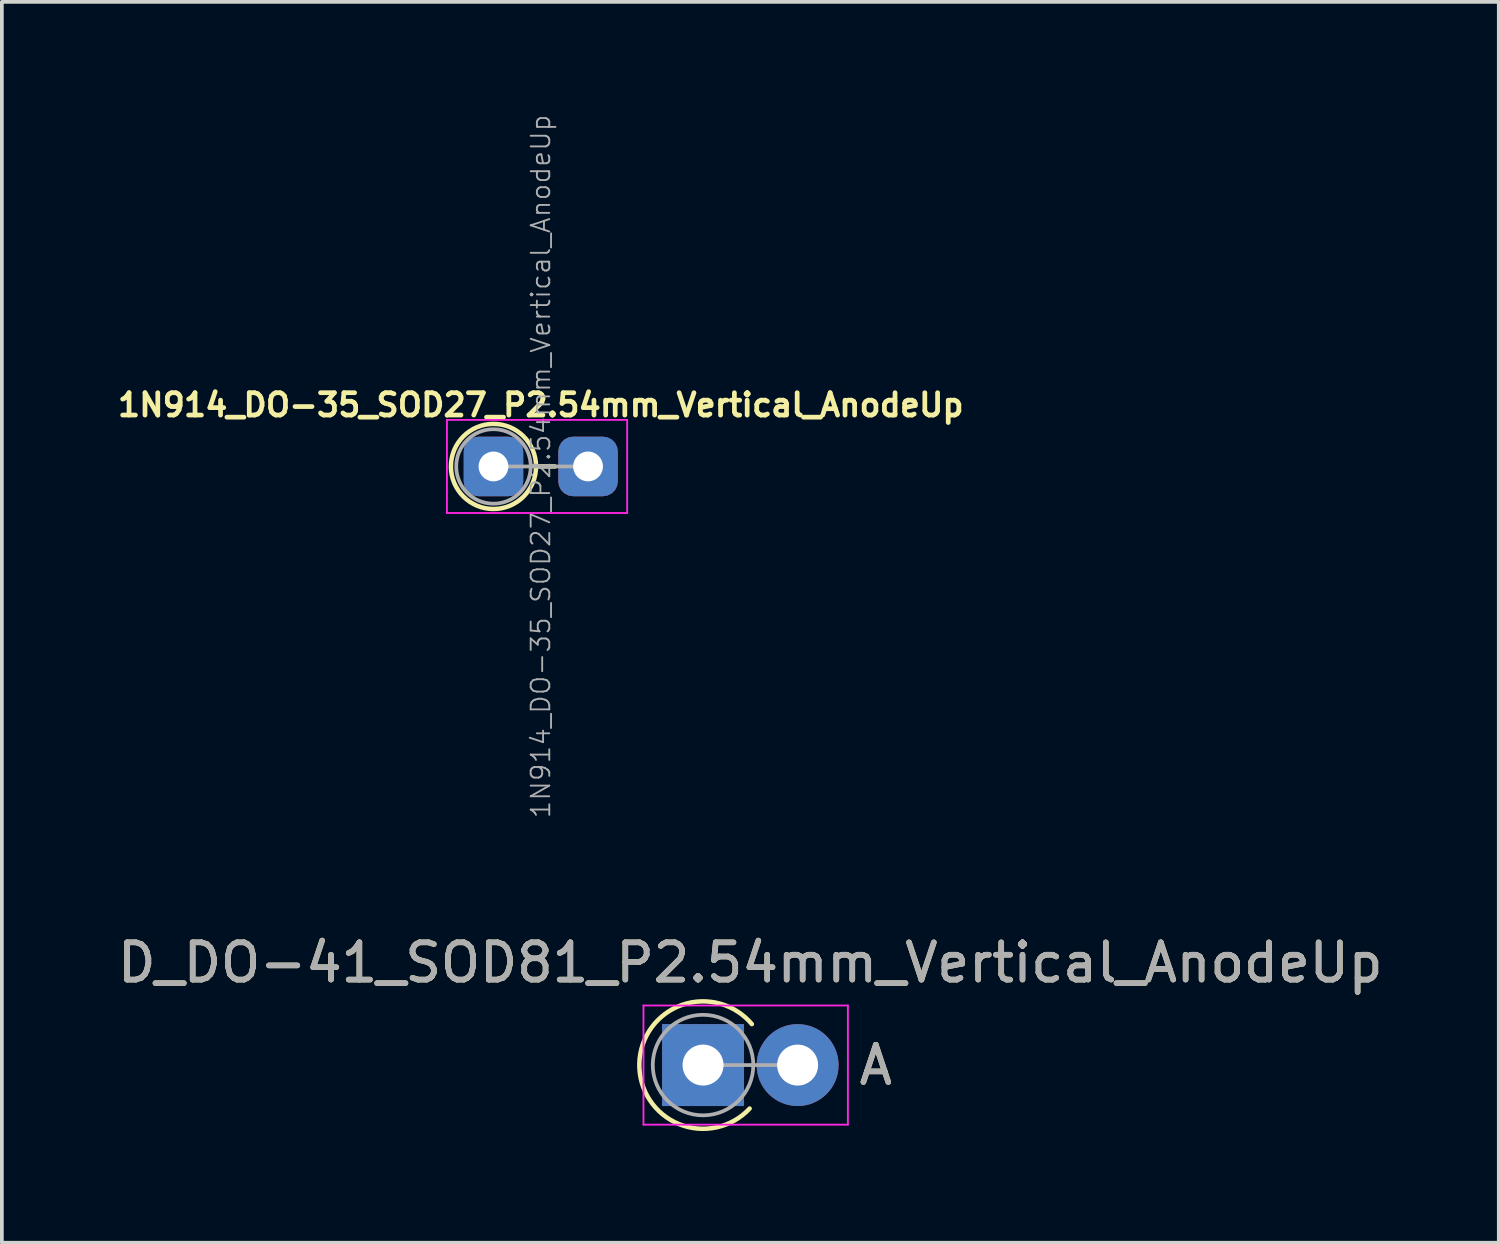
<source format=kicad_pcb>
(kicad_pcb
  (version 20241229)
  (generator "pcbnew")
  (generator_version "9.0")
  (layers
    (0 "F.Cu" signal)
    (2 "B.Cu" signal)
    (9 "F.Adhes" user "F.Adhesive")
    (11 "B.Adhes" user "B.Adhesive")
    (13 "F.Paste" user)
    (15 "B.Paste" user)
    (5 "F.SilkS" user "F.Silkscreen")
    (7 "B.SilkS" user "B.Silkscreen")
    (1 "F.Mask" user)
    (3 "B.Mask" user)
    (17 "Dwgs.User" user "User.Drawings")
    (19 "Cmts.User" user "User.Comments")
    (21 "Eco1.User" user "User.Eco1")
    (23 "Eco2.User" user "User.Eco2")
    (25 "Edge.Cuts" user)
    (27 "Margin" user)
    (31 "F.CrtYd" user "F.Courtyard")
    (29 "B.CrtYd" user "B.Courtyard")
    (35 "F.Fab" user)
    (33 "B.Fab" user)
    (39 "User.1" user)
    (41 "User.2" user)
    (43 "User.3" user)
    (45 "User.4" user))
  (footprint "D_DO-41_SOD81_P2.54mm_Vertical_AnodeUp"
    (layer "F.Cu")
    (at 15.831 25.554)
    (property "Reference" "D_DO-41_SOD81_P2.54mm_Vertical_AnodeUp" (at 1.27 -2.751 0) (layer "F.SilkS") (effects (font (size 1 1) (thickness 0.15))))
    (attr through_hole)
    (fp_arc (start 1.251551 1.167366) (mid -1.710877 -0.044974) (end 1.311153 -1.1) (stroke (width 0.12) (type solid)) (layer "F.SilkS"))
    (fp_line (start -1.6 -1.6) (end -1.6 1.6) (stroke (width 0.05) (type solid)) (layer "F.CrtYd"))
    (fp_line (start -1.6 1.6) (end 3.89 1.6) (stroke (width 0.05) (type solid)) (layer "F.CrtYd"))
    (fp_line (start 3.89 -1.6) (end -1.6 -1.6) (stroke (width 0.05) (type solid)) (layer "F.CrtYd"))
    (fp_line (start 3.89 1.6) (end 3.89 -1.6) (stroke (width 0.05) (type solid)) (layer "F.CrtYd"))
    (fp_line (start 0 0) (end 2.54 0) (stroke (width 0.1) (type solid)) (layer "F.Fab"))
    (fp_circle (center 0 0) (end 1.35 0) (stroke (width 0.1) (type solid)) (fill no) (layer "F.Fab"))
    (fp_text user "A" (at 4.64 0 0) (layer "F.SilkS") (effects (font (size 1 1) (thickness 0.15))))
    (fp_text user "${REFERENCE}" (at 1.27 -2.751 0) (layer "F.Fab") (effects (font (size 1 1) (thickness 0.15))))
    (fp_text user "A" (at 4.64 0 0) (layer "F.Fab") (effects (font (size 1 1) (thickness 0.15))))
    (pad "1" thru_hole rect (at 0 0) (size 2.2 2.2) (drill 1.1) (layers "*.Cu" "*.Mask"))
    (pad "2" thru_hole oval (at 2.54 0) (size 2.2 2.2) (drill 1.1) (layers "*.Cu" "*.Mask")))
  (footprint "1N914_DO-35_SOD27_P2.54mm_Vertical_AnodeUp"
    (layer "F.Cu")
    (at 10.203 9.477)
    (property "Reference" "1N914_DO-35_SOD27_P2.54mm_Vertical_AnodeUp" (at 1.27 -1.651 0) (layer "F.SilkS") (effects (font (size 0.6 0.6) (thickness 0.127))))
    (attr through_hole)
    (fp_line (start 1.143 0) (end 1.651 0) (stroke (width 0.12) (type solid)) (layer "F.SilkS"))
    (fp_circle (center 0 0) (end 1.143 0) (stroke (width 0.12) (type solid)) (fill no) (layer "F.SilkS"))
    (fp_line (start -1.25 -1.25) (end -1.25 1.25) (stroke (width 0.05) (type solid)) (layer "F.CrtYd"))
    (fp_line (start -1.25 1.25) (end 3.59 1.25) (stroke (width 0.05) (type solid)) (layer "F.CrtYd"))
    (fp_line (start 3.59 -1.25) (end -1.25 -1.25) (stroke (width 0.05) (type solid)) (layer "F.CrtYd"))
    (fp_line (start 3.59 1.25) (end 3.59 -1.25) (stroke (width 0.05) (type solid)) (layer "F.CrtYd"))
    (fp_line (start 0 0) (end 2.54 0) (stroke (width 0.1) (type solid)) (layer "F.Fab"))
    (fp_circle (center 0 0) (end 1 0) (stroke (width 0.1) (type solid)) (fill no) (layer "F.Fab"))
    (fp_text user "${REFERENCE}" (at 1.27 0 90) (layer "F.Fab") (effects (font (size 0.5 0.5) (thickness 0.05))))
    (pad "1" thru_hole roundrect (at 0 0) (size 1.6 1.6) (drill 0.8) (layers "*.Cu" "*.Mask") (roundrect_rratio 0.25))
    (pad "2" thru_hole roundrect (at 2.54 0) (size 1.6 1.6) (drill 0.8) (layers "*.Cu" "*.Mask") (roundrect_rratio 0.25)))
  (gr_rect
    (start -3 -3)
    (end 37.202 30.325)
    (stroke (width 0.1) (type default))
    (fill no)
    (layer "Edge.Cuts")))
</source>
